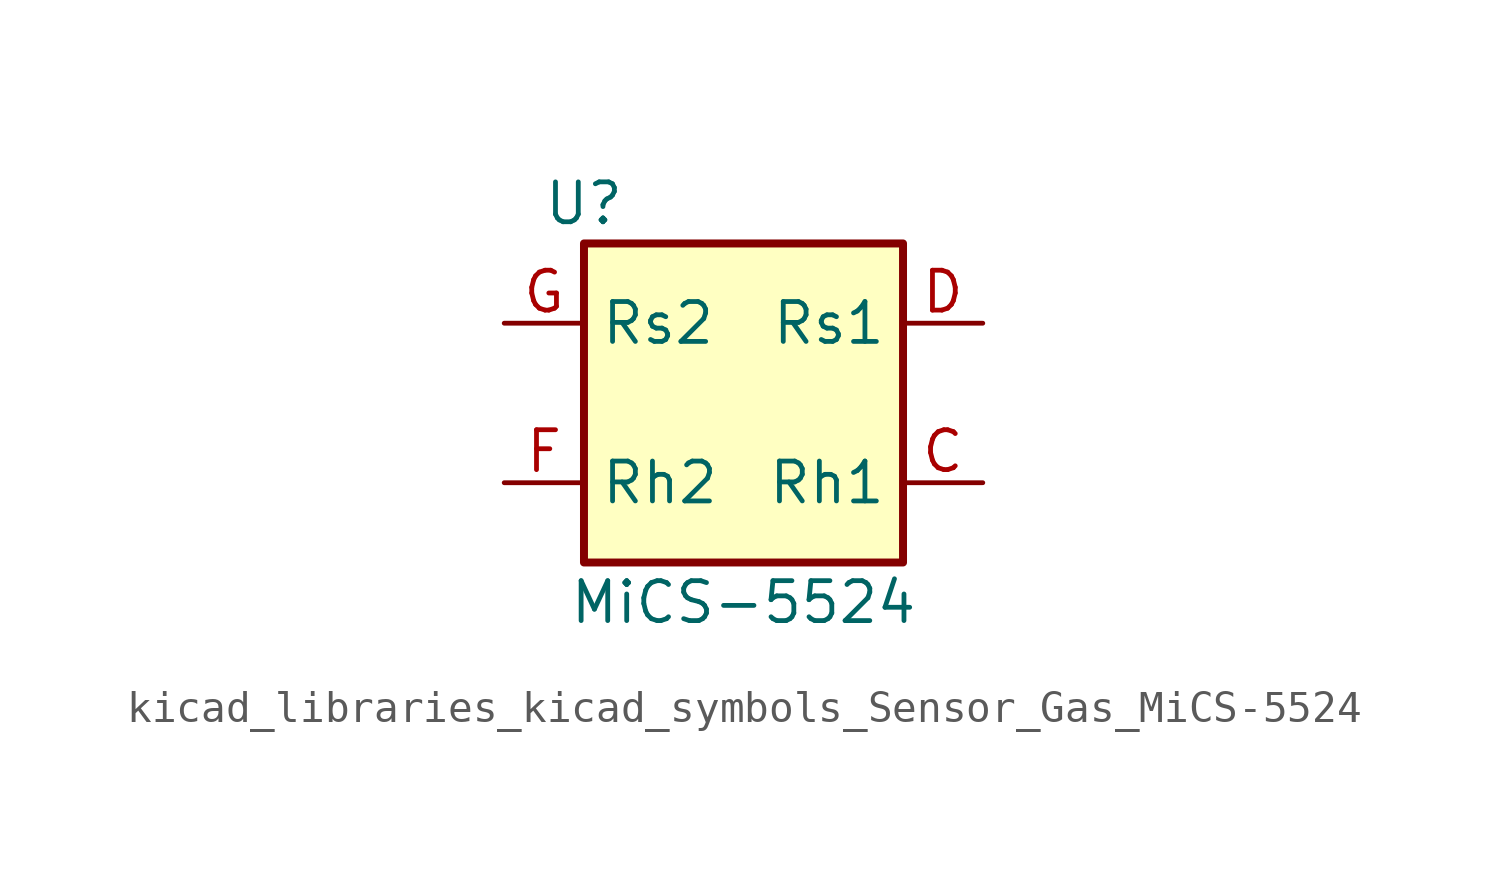
<source format=kicad_sym>
(kicad_symbol_lib
  (version 20220914)
  (generator kicad_symbol_editor)
  (symbol "kicad_libraries_kicad_symbols_Sensor_Gas_MiCS-5524"
    (property "Reference" "U"
      (at -5.08 6.35 0)
      (effects (font (size 1.27 1.27))))
    (property "Value" "MiCS-5524"
      (at 0 -6.35 0)
      (effects (font (size 1.27 1.27))))
    (symbol "kicad_libraries_kicad_symbols_Sensor_Gas_MiCS-5524_0_1"
      (rectangle (start -5.08 5.08) (end 5.08 -5.08) (stroke (width 0.254) (type default)) (fill (type background))))
    (symbol "kicad_libraries_kicad_symbols_Sensor_Gas_MiCS-5524_1_1"
      (pin no_connect line (at 0 5.08 270) (length 2.54) hide (name "NC" (effects (font (size 1.27 1.27)))) (number "A" (effects (font (size 1.27 1.27)))))
      (pin no_connect line (at 0 -5.08 90) (length 2.54) hide (name "NC" (effects (font (size 1.27 1.27)))) (number "B" (effects (font (size 1.27 1.27)))))
      (pin output line (at 7.62 -2.54 180) (length 2.54) (name "Rh1" (effects (font (size 1.27 1.27)))) (number "C" (effects (font (size 1.27 1.27)))))
      (pin output line (at 7.62 2.54 180) (length 2.54) (name "Rs1" (effects (font (size 1.27 1.27)))) (number "D" (effects (font (size 1.27 1.27)))))
      (pin no_connect line (at -2.54 -5.08 90) (length 2.54) hide (name "NC" (effects (font (size 1.27 1.27)))) (number "E" (effects (font (size 1.27 1.27)))))
      (pin input line (at -7.62 -2.54 0) (length 2.54) (name "Rh2" (effects (font (size 1.27 1.27)))) (number "F" (effects (font (size 1.27 1.27)))))
      (pin input line (at -7.62 2.54 0) (length 2.54) (name "Rs2" (effects (font (size 1.27 1.27)))) (number "G" (effects (font (size 1.27 1.27)))))
      (pin no_connect line (at 2.54 -5.08 90) (length 2.54) hide (name "NC" (effects (font (size 1.27 1.27)))) (number "H" (effects (font (size 1.27 1.27)))))
      (pin no_connect line (at -2.54 5.08 270) (length 2.54) hide (name "NC" (effects (font (size 1.27 1.27)))) (number "J" (effects (font (size 1.27 1.27)))))
      (pin no_connect line (at 2.54 5.08 270) (length 2.54) hide (name "NC" (effects (font (size 1.27 1.27)))) (number "K" (effects (font (size 1.27 1.27))))))))
</source>
